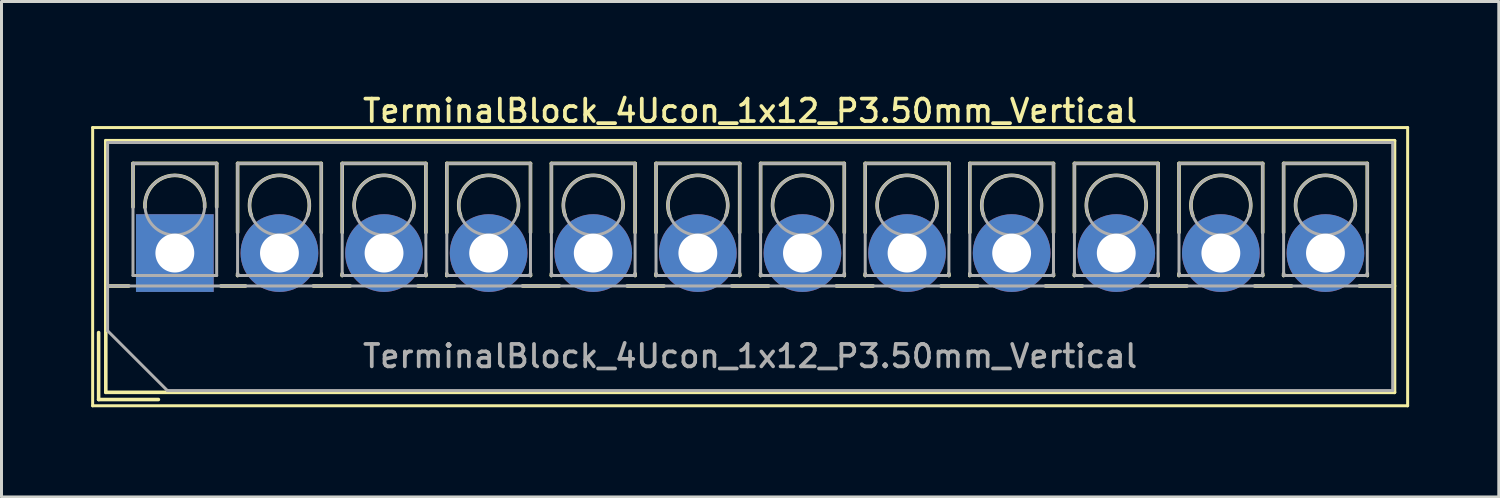
<source format=kicad_pcb>
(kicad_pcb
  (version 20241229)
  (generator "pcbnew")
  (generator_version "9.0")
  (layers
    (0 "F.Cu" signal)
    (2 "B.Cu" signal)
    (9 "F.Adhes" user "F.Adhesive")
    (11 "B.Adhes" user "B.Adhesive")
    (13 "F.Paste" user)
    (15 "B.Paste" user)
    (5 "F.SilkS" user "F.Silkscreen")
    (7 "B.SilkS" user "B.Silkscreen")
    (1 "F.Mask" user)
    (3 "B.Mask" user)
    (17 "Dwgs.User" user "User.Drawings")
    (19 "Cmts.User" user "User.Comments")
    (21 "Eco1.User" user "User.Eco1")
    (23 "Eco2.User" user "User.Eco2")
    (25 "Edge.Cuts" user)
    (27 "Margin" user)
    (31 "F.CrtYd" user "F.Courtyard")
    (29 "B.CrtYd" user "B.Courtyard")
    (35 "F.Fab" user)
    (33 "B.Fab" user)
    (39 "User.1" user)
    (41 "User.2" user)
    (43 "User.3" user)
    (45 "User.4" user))
  (footprint "TerminalBlock_4Ucon_1x12_P3.50mm_Vertical"
    (layer "F.Cu")
    (at 2.8 5.418)
    (property "Reference" "TerminalBlock_4Ucon_1x12_P3.50mm_Vertical" (at 19.25 -4.76 0) (layer "F.SilkS") (effects (font (size 0.75 0.75) (thickness 0.125))))
    (attr through_hole)
    (fp_line (start -2.75 -4.2) (end -2.75 5.11) (stroke (width 0.1) (type solid)) (layer "F.SilkS"))
    (fp_line (start -2.75 5.11) (end 41.25 5.11) (stroke (width 0.1) (type solid)) (layer "F.SilkS"))
    (fp_line (start -2.55 2.66) (end -2.55 4.9) (stroke (width 0.12) (type solid)) (layer "F.SilkS"))
    (fp_line (start -2.55 4.9) (end -0.55 4.9) (stroke (width 0.12) (type solid)) (layer "F.SilkS"))
    (fp_line (start -2.31 -3.76) (end -2.31 4.66) (stroke (width 0.12) (type solid)) (layer "F.SilkS"))
    (fp_line (start -2.31 -3.76) (end 40.81 -3.76) (stroke (width 0.12) (type solid)) (layer "F.SilkS"))
    (fp_line (start -2.31 1.101) (end -1.54 1.101) (stroke (width 0.12) (type solid)) (layer "F.SilkS"))
    (fp_line (start -2.31 4.66) (end 40.81 4.66) (stroke (width 0.12) (type solid)) (layer "F.SilkS"))
    (fp_line (start -1.4 -3) (end -1.4 -1.54) (stroke (width 0.12) (type solid)) (layer "F.SilkS"))
    (fp_line (start -1.4 -3) (end 1.4 -3) (stroke (width 0.12) (type solid)) (layer "F.SilkS"))
    (fp_line (start 1.4 -3) (end 1.4 -1.54) (stroke (width 0.12) (type solid)) (layer "F.SilkS"))
    (fp_line (start 1.54 1.101) (end 2.367 1.101) (stroke (width 0.12) (type solid)) (layer "F.SilkS"))
    (fp_line (start 2.1 -3) (end 2.1 -0.689) (stroke (width 0.12) (type solid)) (layer "F.SilkS"))
    (fp_line (start 2.1 -3) (end 4.9 -3) (stroke (width 0.12) (type solid)) (layer "F.SilkS"))
    (fp_line (start 2.1 0.689) (end 2.1 0.75) (stroke (width 0.12) (type solid)) (layer "F.SilkS"))
    (fp_line (start 2.1 0.75) (end 2.101 0.75) (stroke (width 0.12) (type solid)) (layer "F.SilkS"))
    (fp_line (start 4.634 1.101) (end 5.867 1.101) (stroke (width 0.12) (type solid)) (layer "F.SilkS"))
    (fp_line (start 4.9 -3) (end 4.9 -0.689) (stroke (width 0.12) (type solid)) (layer "F.SilkS"))
    (fp_line (start 4.9 0.689) (end 4.9 0.75) (stroke (width 0.12) (type solid)) (layer "F.SilkS"))
    (fp_line (start 4.9 0.75) (end 4.9 0.75) (stroke (width 0.12) (type solid)) (layer "F.SilkS"))
    (fp_line (start 5.6 -3) (end 5.6 -0.689) (stroke (width 0.12) (type solid)) (layer "F.SilkS"))
    (fp_line (start 5.6 -3) (end 8.4 -3) (stroke (width 0.12) (type solid)) (layer "F.SilkS"))
    (fp_line (start 5.6 0.689) (end 5.6 0.75) (stroke (width 0.12) (type solid)) (layer "F.SilkS"))
    (fp_line (start 5.6 0.75) (end 5.601 0.75) (stroke (width 0.12) (type solid)) (layer "F.SilkS"))
    (fp_line (start 8.134 1.101) (end 9.367 1.101) (stroke (width 0.12) (type solid)) (layer "F.SilkS"))
    (fp_line (start 8.4 -3) (end 8.4 -0.689) (stroke (width 0.12) (type solid)) (layer "F.SilkS"))
    (fp_line (start 8.4 0.689) (end 8.4 0.75) (stroke (width 0.12) (type solid)) (layer "F.SilkS"))
    (fp_line (start 8.4 0.75) (end 8.4 0.75) (stroke (width 0.12) (type solid)) (layer "F.SilkS"))
    (fp_line (start 9.1 -3) (end 9.1 -0.689) (stroke (width 0.12) (type solid)) (layer "F.SilkS"))
    (fp_line (start 9.1 -3) (end 11.9 -3) (stroke (width 0.12) (type solid)) (layer "F.SilkS"))
    (fp_line (start 9.1 0.689) (end 9.1 0.75) (stroke (width 0.12) (type solid)) (layer "F.SilkS"))
    (fp_line (start 9.1 0.75) (end 9.101 0.75) (stroke (width 0.12) (type solid)) (layer "F.SilkS"))
    (fp_line (start 11.634 1.101) (end 12.867 1.101) (stroke (width 0.12) (type solid)) (layer "F.SilkS"))
    (fp_line (start 11.9 -3) (end 11.9 -0.689) (stroke (width 0.12) (type solid)) (layer "F.SilkS"))
    (fp_line (start 11.9 0.689) (end 11.9 0.75) (stroke (width 0.12) (type solid)) (layer "F.SilkS"))
    (fp_line (start 11.9 0.75) (end 11.9 0.75) (stroke (width 0.12) (type solid)) (layer "F.SilkS"))
    (fp_line (start 12.6 -3) (end 12.6 -0.689) (stroke (width 0.12) (type solid)) (layer "F.SilkS"))
    (fp_line (start 12.6 -3) (end 15.4 -3) (stroke (width 0.12) (type solid)) (layer "F.SilkS"))
    (fp_line (start 12.6 0.689) (end 12.6 0.75) (stroke (width 0.12) (type solid)) (layer "F.SilkS"))
    (fp_line (start 12.6 0.75) (end 12.601 0.75) (stroke (width 0.12) (type solid)) (layer "F.SilkS"))
    (fp_line (start 15.134 1.101) (end 16.367 1.101) (stroke (width 0.12) (type solid)) (layer "F.SilkS"))
    (fp_line (start 15.4 -3) (end 15.4 -0.689) (stroke (width 0.12) (type solid)) (layer "F.SilkS"))
    (fp_line (start 15.4 0.689) (end 15.4 0.75) (stroke (width 0.12) (type solid)) (layer "F.SilkS"))
    (fp_line (start 15.4 0.75) (end 15.4 0.75) (stroke (width 0.12) (type solid)) (layer "F.SilkS"))
    (fp_line (start 16.101 -3) (end 16.101 -0.689) (stroke (width 0.12) (type solid)) (layer "F.SilkS"))
    (fp_line (start 16.101 -3) (end 18.9 -3) (stroke (width 0.12) (type solid)) (layer "F.SilkS"))
    (fp_line (start 16.101 0.689) (end 16.101 0.75) (stroke (width 0.12) (type solid)) (layer "F.SilkS"))
    (fp_line (start 16.101 0.75) (end 16.101 0.75) (stroke (width 0.12) (type solid)) (layer "F.SilkS"))
    (fp_line (start 18.634 1.101) (end 19.867 1.101) (stroke (width 0.12) (type solid)) (layer "F.SilkS"))
    (fp_line (start 18.9 -3) (end 18.9 -0.689) (stroke (width 0.12) (type solid)) (layer "F.SilkS"))
    (fp_line (start 18.9 0.689) (end 18.9 0.75) (stroke (width 0.12) (type solid)) (layer "F.SilkS"))
    (fp_line (start 18.9 0.75) (end 18.9 0.75) (stroke (width 0.12) (type solid)) (layer "F.SilkS"))
    (fp_line (start 19.6 -3) (end 19.6 -0.689) (stroke (width 0.12) (type solid)) (layer "F.SilkS"))
    (fp_line (start 19.6 -3) (end 22.4 -3) (stroke (width 0.12) (type solid)) (layer "F.SilkS"))
    (fp_line (start 19.6 0.689) (end 19.6 0.75) (stroke (width 0.12) (type solid)) (layer "F.SilkS"))
    (fp_line (start 19.6 0.75) (end 19.601 0.75) (stroke (width 0.12) (type solid)) (layer "F.SilkS"))
    (fp_line (start 22.134 1.101) (end 23.367 1.101) (stroke (width 0.12) (type solid)) (layer "F.SilkS"))
    (fp_line (start 22.4 -3) (end 22.4 -0.689) (stroke (width 0.12) (type solid)) (layer "F.SilkS"))
    (fp_line (start 22.4 0.689) (end 22.4 0.75) (stroke (width 0.12) (type solid)) (layer "F.SilkS"))
    (fp_line (start 22.4 0.75) (end 22.4 0.75) (stroke (width 0.12) (type solid)) (layer "F.SilkS"))
    (fp_line (start 23.1 -3) (end 23.1 -0.689) (stroke (width 0.12) (type solid)) (layer "F.SilkS"))
    (fp_line (start 23.1 -3) (end 25.9 -3) (stroke (width 0.12) (type solid)) (layer "F.SilkS"))
    (fp_line (start 23.1 0.689) (end 23.1 0.75) (stroke (width 0.12) (type solid)) (layer "F.SilkS"))
    (fp_line (start 23.1 0.75) (end 23.101 0.75) (stroke (width 0.12) (type solid)) (layer "F.SilkS"))
    (fp_line (start 25.634 1.101) (end 26.867 1.101) (stroke (width 0.12) (type solid)) (layer "F.SilkS"))
    (fp_line (start 25.9 -3) (end 25.9 -0.689) (stroke (width 0.12) (type solid)) (layer "F.SilkS"))
    (fp_line (start 25.9 0.689) (end 25.9 0.75) (stroke (width 0.12) (type solid)) (layer "F.SilkS"))
    (fp_line (start 25.9 0.75) (end 25.9 0.75) (stroke (width 0.12) (type solid)) (layer "F.SilkS"))
    (fp_line (start 26.6 -3) (end 26.6 -0.689) (stroke (width 0.12) (type solid)) (layer "F.SilkS"))
    (fp_line (start 26.6 -3) (end 29.4 -3) (stroke (width 0.12) (type solid)) (layer "F.SilkS"))
    (fp_line (start 26.6 0.689) (end 26.6 0.75) (stroke (width 0.12) (type solid)) (layer "F.SilkS"))
    (fp_line (start 26.6 0.75) (end 26.601 0.75) (stroke (width 0.12) (type solid)) (layer "F.SilkS"))
    (fp_line (start 29.134 1.101) (end 30.367 1.101) (stroke (width 0.12) (type solid)) (layer "F.SilkS"))
    (fp_line (start 29.4 -3) (end 29.4 -0.689) (stroke (width 0.12) (type solid)) (layer "F.SilkS"))
    (fp_line (start 29.4 0.689) (end 29.4 0.75) (stroke (width 0.12) (type solid)) (layer "F.SilkS"))
    (fp_line (start 29.4 0.75) (end 29.4 0.75) (stroke (width 0.12) (type solid)) (layer "F.SilkS"))
    (fp_line (start 30.1 -3) (end 30.1 -0.689) (stroke (width 0.12) (type solid)) (layer "F.SilkS"))
    (fp_line (start 30.1 -3) (end 32.9 -3) (stroke (width 0.12) (type solid)) (layer "F.SilkS"))
    (fp_line (start 30.1 0.689) (end 30.1 0.75) (stroke (width 0.12) (type solid)) (layer "F.SilkS"))
    (fp_line (start 30.1 0.75) (end 30.101 0.75) (stroke (width 0.12) (type solid)) (layer "F.SilkS"))
    (fp_line (start 32.634 1.101) (end 33.867 1.101) (stroke (width 0.12) (type solid)) (layer "F.SilkS"))
    (fp_line (start 32.9 -3) (end 32.9 -0.689) (stroke (width 0.12) (type solid)) (layer "F.SilkS"))
    (fp_line (start 32.9 0.689) (end 32.9 0.75) (stroke (width 0.12) (type solid)) (layer "F.SilkS"))
    (fp_line (start 32.9 0.75) (end 32.9 0.75) (stroke (width 0.12) (type solid)) (layer "F.SilkS"))
    (fp_line (start 33.6 -3) (end 33.6 -0.689) (stroke (width 0.12) (type solid)) (layer "F.SilkS"))
    (fp_line (start 33.6 -3) (end 36.4 -3) (stroke (width 0.12) (type solid)) (layer "F.SilkS"))
    (fp_line (start 33.6 0.689) (end 33.6 0.75) (stroke (width 0.12) (type solid)) (layer "F.SilkS"))
    (fp_line (start 33.6 0.75) (end 33.601 0.75) (stroke (width 0.12) (type solid)) (layer "F.SilkS"))
    (fp_line (start 36.134 1.101) (end 37.367 1.101) (stroke (width 0.12) (type solid)) (layer "F.SilkS"))
    (fp_line (start 36.4 -3) (end 36.4 -0.689) (stroke (width 0.12) (type solid)) (layer "F.SilkS"))
    (fp_line (start 36.4 0.689) (end 36.4 0.75) (stroke (width 0.12) (type solid)) (layer "F.SilkS"))
    (fp_line (start 36.4 0.75) (end 36.4 0.75) (stroke (width 0.12) (type solid)) (layer "F.SilkS"))
    (fp_line (start 37.1 -3) (end 37.1 -0.689) (stroke (width 0.12) (type solid)) (layer "F.SilkS"))
    (fp_line (start 37.1 -3) (end 39.9 -3) (stroke (width 0.12) (type solid)) (layer "F.SilkS"))
    (fp_line (start 37.1 0.689) (end 37.1 0.75) (stroke (width 0.12) (type solid)) (layer "F.SilkS"))
    (fp_line (start 37.1 0.75) (end 37.101 0.75) (stroke (width 0.12) (type solid)) (layer "F.SilkS"))
    (fp_line (start 39.634 1.101) (end 40.81 1.101) (stroke (width 0.12) (type solid)) (layer "F.SilkS"))
    (fp_line (start 39.9 -3) (end 39.9 -0.689) (stroke (width 0.12) (type solid)) (layer "F.SilkS"))
    (fp_line (start 39.9 0.689) (end 39.9 0.75) (stroke (width 0.12) (type solid)) (layer "F.SilkS"))
    (fp_line (start 39.9 0.75) (end 39.9 0.75) (stroke (width 0.12) (type solid)) (layer "F.SilkS"))
    (fp_line (start 40.81 -3.76) (end 40.81 4.66) (stroke (width 0.12) (type solid)) (layer "F.SilkS"))
    (fp_line (start 41.25 -4.2) (end -2.75 -4.2) (stroke (width 0.1) (type solid)) (layer "F.SilkS"))
    (fp_line (start 41.25 5.11) (end 41.25 -4.2) (stroke (width 0.1) (type solid)) (layer "F.SilkS"))
    (fp_arc (start -0.99789 -1.529434) (mid -0.000785 -2.600382) (end 0.998 -1.531) (stroke (width 0.12) (type solid)) (layer "F.SilkS"))
    (fp_arc (start 2.560085 -1.257767) (mid 3.499876 -2.600282) (end 4.44 -1.258) (stroke (width 0.12) (type solid)) (layer "F.SilkS"))
    (fp_arc (start 6.060085 -1.257767) (mid 6.999876 -2.600282) (end 7.94 -1.258) (stroke (width 0.12) (type solid)) (layer "F.SilkS"))
    (fp_arc (start 9.560085 -1.257767) (mid 10.499876 -2.600282) (end 11.44 -1.258) (stroke (width 0.12) (type solid)) (layer "F.SilkS"))
    (fp_arc (start 13.060085 -1.257767) (mid 13.999876 -2.600282) (end 14.94 -1.258) (stroke (width 0.12) (type solid)) (layer "F.SilkS"))
    (fp_arc (start 16.560085 -1.257767) (mid 17.499876 -2.600282) (end 18.44 -1.258) (stroke (width 0.12) (type solid)) (layer "F.SilkS"))
    (fp_arc (start 20.060085 -1.257767) (mid 20.999876 -2.600282) (end 21.94 -1.258) (stroke (width 0.12) (type solid)) (layer "F.SilkS"))
    (fp_arc (start 23.560085 -1.257767) (mid 24.499876 -2.600282) (end 25.44 -1.258) (stroke (width 0.12) (type solid)) (layer "F.SilkS"))
    (fp_arc (start 27.060085 -1.257767) (mid 27.999876 -2.600282) (end 28.94 -1.258) (stroke (width 0.12) (type solid)) (layer "F.SilkS"))
    (fp_arc (start 30.560085 -1.257767) (mid 31.499876 -2.600282) (end 32.44 -1.258) (stroke (width 0.12) (type solid)) (layer "F.SilkS"))
    (fp_arc (start 34.060085 -1.257767) (mid 34.999876 -2.600282) (end 35.94 -1.258) (stroke (width 0.12) (type solid)) (layer "F.SilkS"))
    (fp_arc (start 37.560085 -1.257767) (mid 38.499876 -2.600282) (end 39.44 -1.258) (stroke (width 0.12) (type solid)) (layer "F.SilkS"))
    (fp_line (start -2.25 -3.7) (end 40.75 -3.7) (stroke (width 0.1) (type solid)) (layer "F.Fab"))
    (fp_line (start -2.25 1.1) (end 40.75 1.1) (stroke (width 0.1) (type solid)) (layer "F.Fab"))
    (fp_line (start -2.25 2.6) (end -2.25 -3.7) (stroke (width 0.1) (type solid)) (layer "F.Fab"))
    (fp_line (start -1.4 -3) (end -1.4 0.75) (stroke (width 0.1) (type solid)) (layer "F.Fab"))
    (fp_line (start -1.4 0.75) (end 1.4 0.75) (stroke (width 0.1) (type solid)) (layer "F.Fab"))
    (fp_line (start -0.25 4.6) (end -2.25 2.6) (stroke (width 0.1) (type solid)) (layer "F.Fab"))
    (fp_line (start 1.4 -3) (end -1.4 -3) (stroke (width 0.1) (type solid)) (layer "F.Fab"))
    (fp_line (start 1.4 0.75) (end 1.4 -3) (stroke (width 0.1) (type solid)) (layer "F.Fab"))
    (fp_line (start 2.1 -3) (end 2.1 0.75) (stroke (width 0.1) (type solid)) (layer "F.Fab"))
    (fp_line (start 2.1 0.75) (end 4.9 0.75) (stroke (width 0.1) (type solid)) (layer "F.Fab"))
    (fp_line (start 4.9 -3) (end 2.1 -3) (stroke (width 0.1) (type solid)) (layer "F.Fab"))
    (fp_line (start 4.9 0.75) (end 4.9 -3) (stroke (width 0.1) (type solid)) (layer "F.Fab"))
    (fp_line (start 5.6 -3) (end 5.6 0.75) (stroke (width 0.1) (type solid)) (layer "F.Fab"))
    (fp_line (start 5.6 0.75) (end 8.4 0.75) (stroke (width 0.1) (type solid)) (layer "F.Fab"))
    (fp_line (start 8.4 -3) (end 5.6 -3) (stroke (width 0.1) (type solid)) (layer "F.Fab"))
    (fp_line (start 8.4 0.75) (end 8.4 -3) (stroke (width 0.1) (type solid)) (layer "F.Fab"))
    (fp_line (start 9.1 -3) (end 9.1 0.75) (stroke (width 0.1) (type solid)) (layer "F.Fab"))
    (fp_line (start 9.1 0.75) (end 11.9 0.75) (stroke (width 0.1) (type solid)) (layer "F.Fab"))
    (fp_line (start 11.9 -3) (end 9.1 -3) (stroke (width 0.1) (type solid)) (layer "F.Fab"))
    (fp_line (start 11.9 0.75) (end 11.9 -3) (stroke (width 0.1) (type solid)) (layer "F.Fab"))
    (fp_line (start 12.6 -3) (end 12.6 0.75) (stroke (width 0.1) (type solid)) (layer "F.Fab"))
    (fp_line (start 12.6 0.75) (end 15.4 0.75) (stroke (width 0.1) (type solid)) (layer "F.Fab"))
    (fp_line (start 15.4 -3) (end 12.6 -3) (stroke (width 0.1) (type solid)) (layer "F.Fab"))
    (fp_line (start 15.4 0.75) (end 15.4 -3) (stroke (width 0.1) (type solid)) (layer "F.Fab"))
    (fp_line (start 16.101 -3) (end 16.101 0.75) (stroke (width 0.1) (type solid)) (layer "F.Fab"))
    (fp_line (start 16.101 0.75) (end 18.9 0.75) (stroke (width 0.1) (type solid)) (layer "F.Fab"))
    (fp_line (start 18.9 -3) (end 16.101 -3) (stroke (width 0.1) (type solid)) (layer "F.Fab"))
    (fp_line (start 18.9 0.75) (end 18.9 -3) (stroke (width 0.1) (type solid)) (layer "F.Fab"))
    (fp_line (start 19.6 -3) (end 19.6 0.75) (stroke (width 0.1) (type solid)) (layer "F.Fab"))
    (fp_line (start 19.6 0.75) (end 22.4 0.75) (stroke (width 0.1) (type solid)) (layer "F.Fab"))
    (fp_line (start 22.4 -3) (end 19.6 -3) (stroke (width 0.1) (type solid)) (layer "F.Fab"))
    (fp_line (start 22.4 0.75) (end 22.4 -3) (stroke (width 0.1) (type solid)) (layer "F.Fab"))
    (fp_line (start 23.1 -3) (end 23.1 0.75) (stroke (width 0.1) (type solid)) (layer "F.Fab"))
    (fp_line (start 23.1 0.75) (end 25.9 0.75) (stroke (width 0.1) (type solid)) (layer "F.Fab"))
    (fp_line (start 25.9 -3) (end 23.1 -3) (stroke (width 0.1) (type solid)) (layer "F.Fab"))
    (fp_line (start 25.9 0.75) (end 25.9 -3) (stroke (width 0.1) (type solid)) (layer "F.Fab"))
    (fp_line (start 26.6 -3) (end 26.6 0.75) (stroke (width 0.1) (type solid)) (layer "F.Fab"))
    (fp_line (start 26.6 0.75) (end 29.4 0.75) (stroke (width 0.1) (type solid)) (layer "F.Fab"))
    (fp_line (start 29.4 -3) (end 26.6 -3) (stroke (width 0.1) (type solid)) (layer "F.Fab"))
    (fp_line (start 29.4 0.75) (end 29.4 -3) (stroke (width 0.1) (type solid)) (layer "F.Fab"))
    (fp_line (start 30.1 -3) (end 30.1 0.75) (stroke (width 0.1) (type solid)) (layer "F.Fab"))
    (fp_line (start 30.1 0.75) (end 32.9 0.75) (stroke (width 0.1) (type solid)) (layer "F.Fab"))
    (fp_line (start 32.9 -3) (end 30.1 -3) (stroke (width 0.1) (type solid)) (layer "F.Fab"))
    (fp_line (start 32.9 0.75) (end 32.9 -3) (stroke (width 0.1) (type solid)) (layer "F.Fab"))
    (fp_line (start 33.6 -3) (end 33.6 0.75) (stroke (width 0.1) (type solid)) (layer "F.Fab"))
    (fp_line (start 33.6 0.75) (end 36.4 0.75) (stroke (width 0.1) (type solid)) (layer "F.Fab"))
    (fp_line (start 36.4 -3) (end 33.6 -3) (stroke (width 0.1) (type solid)) (layer "F.Fab"))
    (fp_line (start 36.4 0.75) (end 36.4 -3) (stroke (width 0.1) (type solid)) (layer "F.Fab"))
    (fp_line (start 37.1 -3) (end 37.1 0.75) (stroke (width 0.1) (type solid)) (layer "F.Fab"))
    (fp_line (start 37.1 0.75) (end 39.9 0.75) (stroke (width 0.1) (type solid)) (layer "F.Fab"))
    (fp_line (start 39.9 -3) (end 37.1 -3) (stroke (width 0.1) (type solid)) (layer "F.Fab"))
    (fp_line (start 39.9 0.75) (end 39.9 -3) (stroke (width 0.1) (type solid)) (layer "F.Fab"))
    (fp_line (start 40.75 -3.7) (end 40.75 4.6) (stroke (width 0.1) (type solid)) (layer "F.Fab"))
    (fp_line (start 40.75 4.6) (end -0.25 4.6) (stroke (width 0.1) (type solid)) (layer "F.Fab"))
    (fp_circle (center 0 -1.6) (end 1 -1.6) (stroke (width 0.1) (type solid)) (fill no) (layer "F.Fab"))
    (fp_circle (center 3.5 -1.6) (end 4.5 -1.6) (stroke (width 0.1) (type solid)) (fill no) (layer "F.Fab"))
    (fp_circle (center 7 -1.6) (end 8 -1.6) (stroke (width 0.1) (type solid)) (fill no) (layer "F.Fab"))
    (fp_circle (center 10.5 -1.6) (end 11.5 -1.6) (stroke (width 0.1) (type solid)) (fill no) (layer "F.Fab"))
    (fp_circle (center 14 -1.6) (end 15 -1.6) (stroke (width 0.1) (type solid)) (fill no) (layer "F.Fab"))
    (fp_circle (center 17.5 -1.6) (end 18.5 -1.6) (stroke (width 0.1) (type solid)) (fill no) (layer "F.Fab"))
    (fp_circle (center 21 -1.6) (end 22 -1.6) (stroke (width 0.1) (type solid)) (fill no) (layer "F.Fab"))
    (fp_circle (center 24.5 -1.6) (end 25.5 -1.6) (stroke (width 0.1) (type solid)) (fill no) (layer "F.Fab"))
    (fp_circle (center 28 -1.6) (end 29 -1.6) (stroke (width 0.1) (type solid)) (fill no) (layer "F.Fab"))
    (fp_circle (center 31.5 -1.6) (end 32.5 -1.6) (stroke (width 0.1) (type solid)) (fill no) (layer "F.Fab"))
    (fp_circle (center 35 -1.6) (end 36 -1.6) (stroke (width 0.1) (type solid)) (fill no) (layer "F.Fab"))
    (fp_circle (center 38.5 -1.6) (end 39.5 -1.6) (stroke (width 0.1) (type solid)) (fill no) (layer "F.Fab"))
    (fp_text user "${REFERENCE}" (at 19.25 3.45 0) (layer "F.Fab") (effects (font (size 0.75 0.75) (thickness 0.125))))
    (pad "1" thru_hole rect (at 0 0) (size 2.6 2.6) (drill 1.3) (layers "*.Cu" "*.Mask"))
    (pad "2" thru_hole circle (at 3.5 0) (size 2.6 2.6) (drill 1.3) (layers "*.Cu" "*.Mask"))
    (pad "3" thru_hole circle (at 7 0) (size 2.6 2.6) (drill 1.3) (layers "*.Cu" "*.Mask"))
    (pad "4" thru_hole circle (at 10.5 0) (size 2.6 2.6) (drill 1.3) (layers "*.Cu" "*.Mask"))
    (pad "5" thru_hole circle (at 14 0) (size 2.6 2.6) (drill 1.3) (layers "*.Cu" "*.Mask"))
    (pad "6" thru_hole circle (at 17.5 0) (size 2.6 2.6) (drill 1.3) (layers "*.Cu" "*.Mask"))
    (pad "7" thru_hole circle (at 21 0) (size 2.6 2.6) (drill 1.3) (layers "*.Cu" "*.Mask"))
    (pad "8" thru_hole circle (at 24.5 0) (size 2.6 2.6) (drill 1.3) (layers "*.Cu" "*.Mask"))
    (pad "9" thru_hole circle (at 28 0) (size 2.6 2.6) (drill 1.3) (layers "*.Cu" "*.Mask"))
    (pad "10" thru_hole circle (at 31.5 0) (size 2.6 2.6) (drill 1.3) (layers "*.Cu" "*.Mask"))
    (pad "11" thru_hole circle (at 35 0) (size 2.6 2.6) (drill 1.3) (layers "*.Cu" "*.Mask"))
    (pad "12" thru_hole circle (at 38.5 0) (size 2.6 2.6) (drill 1.3) (layers "*.Cu" "*.Mask")))
  (gr_rect
    (start -3 -3)
    (end 47.1 13.578)
    (stroke (width 0.1) (type default))
    (fill no)
    (layer "Edge.Cuts")))
</source>
